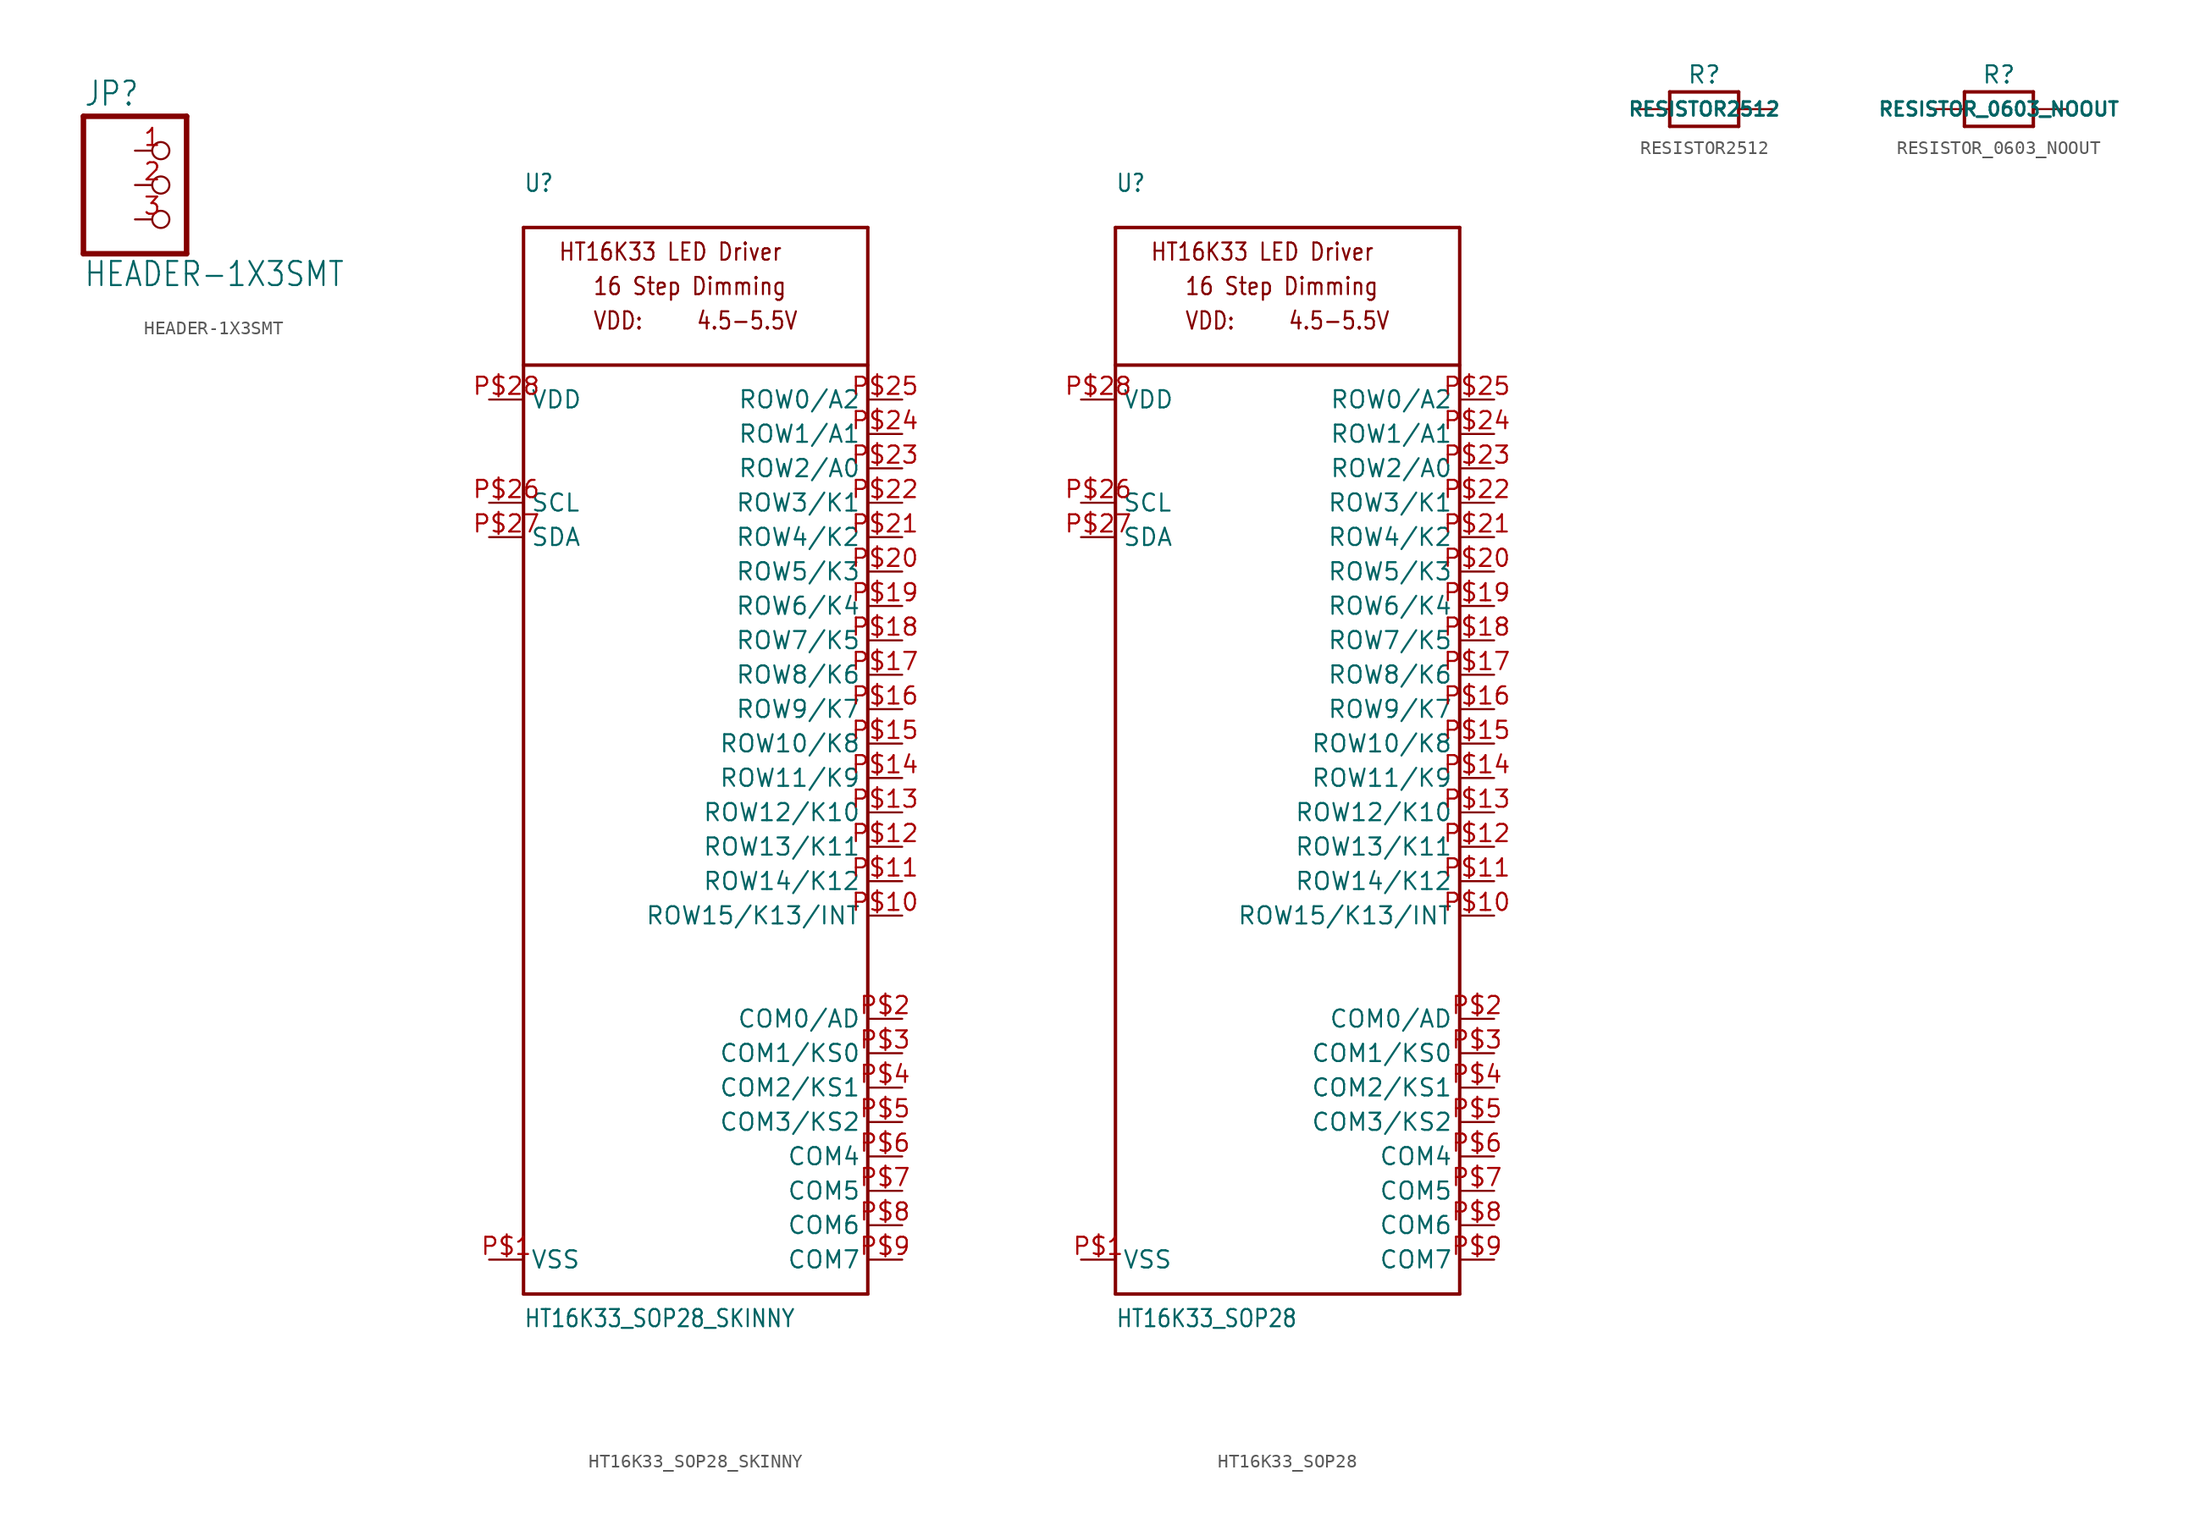
<source format=kicad_sym>
(kicad_symbol_lib
  (version 20211014)
  (generator kicad_symbol_editor)
  (symbol "HEADER-1X3SMT"
    (property "Reference" "JP"
      (at -6.35 5.715 0)
      (effects (font (size 1.778 1.511)) (justify left bottom)))
    (property "Value" "HEADER-1X3SMT"
      (at -6.35 -7.62 0)
      (effects (font (size 1.778 1.511)) (justify left bottom)))
    (property "ki_locked" ""
      (at 0 0 0)
      (effects (font (size 1.27 1.27))))
    (symbol "HEADER-1X3SMT_1_0"
      (polyline (pts (xy -6.35 -5.08) (xy 1.27 -5.08)) (stroke (width 0.406) (type default) (color 0 0 0 0)) (fill (type none)))
      (polyline (pts (xy -6.35 5.08) (xy -6.35 -5.08)) (stroke (width 0.406) (type default) (color 0 0 0 0)) (fill (type none)))
      (polyline (pts (xy 1.27 -5.08) (xy 1.27 5.08)) (stroke (width 0.406) (type default) (color 0 0 0 0)) (fill (type none)))
      (polyline (pts (xy 1.27 5.08) (xy -6.35 5.08)) (stroke (width 0.406) (type default) (color 0 0 0 0)) (fill (type none)))
      (pin passive inverted (at -2.54 2.54 0) (length 2.54) (name "1" (effects (font (size 0 0)))) (number "1" (effects (font (size 1.27 1.27)))))
      (pin passive inverted (at -2.54 0 0) (length 2.54) (name "2" (effects (font (size 0 0)))) (number "2" (effects (font (size 1.27 1.27)))))
      (pin passive inverted (at -2.54 -2.54 0) (length 2.54) (name "3" (effects (font (size 0 0)))) (number "3" (effects (font (size 1.27 1.27)))))))
  (symbol "HT16K33_SOP28_SKINNY"
    (property "Reference" "U"
      (at -12.7 40.64 0)
      (effects (font (size 1.27 1.079)) (justify left bottom)))
    (property "Value" "HT16K33_SOP28_SKINNY"
      (at -12.7 -43.18 0)
      (effects (font (size 1.27 1.079)) (justify left bottom)))
    (property "ki_locked" ""
      (at 0 0 0)
      (effects (font (size 1.27 1.27))))
    (symbol "HT16K33_SOP28_SKINNY_1_0"
      (polyline (pts (xy -12.7 -40.64) (xy -12.7 27.94)) (stroke (width 0.254) (type default) (color 0 0 0 0)) (fill (type none)))
      (polyline (pts (xy -12.7 27.94) (xy -12.7 38.1)) (stroke (width 0.254) (type default) (color 0 0 0 0)) (fill (type none)))
      (polyline (pts (xy -12.7 27.94) (xy 12.7 27.94)) (stroke (width 0.254) (type default) (color 0 0 0 0)) (fill (type none)))
      (polyline (pts (xy -12.7 38.1) (xy 12.7 38.1)) (stroke (width 0.254) (type default) (color 0 0 0 0)) (fill (type none)))
      (polyline (pts (xy 12.7 -40.64) (xy -12.7 -40.64)) (stroke (width 0.254) (type default) (color 0 0 0 0)) (fill (type none)))
      (polyline (pts (xy 12.7 38.1) (xy 12.7 -40.64)) (stroke (width 0.254) (type default) (color 0 0 0 0)) (fill (type none)))
      (text "16 Step Dimming" (at -7.62 33.02 0) (effects (font (size 1.27 1.079)) (justify left bottom)))
      (text "4.5-5.5V" (at 0 30.48 0) (effects (font (size 1.27 1.079)) (justify left bottom)))
      (text "HT16K33 LED Driver" (at -10.16 35.56 0) (effects (font (size 1.27 1.079)) (justify left bottom)))
      (text "VDD:" (at -7.62 30.48 0) (effects (font (size 1.27 1.079)) (justify left bottom)))
      (pin bidirectional line (at -15.24 -38.1 0) (length 2.54) (name "VSS" (effects (font (size 1.27 1.27)))) (number "P$1" (effects (font (size 1.27 1.27)))))
      (pin bidirectional line (at 15.24 -12.7 180) (length 2.54) (name "ROW15/K13/INT" (effects (font (size 1.27 1.27)))) (number "P$10" (effects (font (size 1.27 1.27)))))
      (pin bidirectional line (at 15.24 -10.16 180) (length 2.54) (name "ROW14/K12" (effects (font (size 1.27 1.27)))) (number "P$11" (effects (font (size 1.27 1.27)))))
      (pin bidirectional line (at 15.24 -7.62 180) (length 2.54) (name "ROW13/K11" (effects (font (size 1.27 1.27)))) (number "P$12" (effects (font (size 1.27 1.27)))))
      (pin bidirectional line (at 15.24 -5.08 180) (length 2.54) (name "ROW12/K10" (effects (font (size 1.27 1.27)))) (number "P$13" (effects (font (size 1.27 1.27)))))
      (pin bidirectional line (at 15.24 -2.54 180) (length 2.54) (name "ROW11/K9" (effects (font (size 1.27 1.27)))) (number "P$14" (effects (font (size 1.27 1.27)))))
      (pin bidirectional line (at 15.24 0 180) (length 2.54) (name "ROW10/K8" (effects (font (size 1.27 1.27)))) (number "P$15" (effects (font (size 1.27 1.27)))))
      (pin bidirectional line (at 15.24 2.54 180) (length 2.54) (name "ROW9/K7" (effects (font (size 1.27 1.27)))) (number "P$16" (effects (font (size 1.27 1.27)))))
      (pin bidirectional line (at 15.24 5.08 180) (length 2.54) (name "ROW8/K6" (effects (font (size 1.27 1.27)))) (number "P$17" (effects (font (size 1.27 1.27)))))
      (pin bidirectional line (at 15.24 7.62 180) (length 2.54) (name "ROW7/K5" (effects (font (size 1.27 1.27)))) (number "P$18" (effects (font (size 1.27 1.27)))))
      (pin bidirectional line (at 15.24 10.16 180) (length 2.54) (name "ROW6/K4" (effects (font (size 1.27 1.27)))) (number "P$19" (effects (font (size 1.27 1.27)))))
      (pin bidirectional line (at 15.24 -20.32 180) (length 2.54) (name "COM0/AD" (effects (font (size 1.27 1.27)))) (number "P$2" (effects (font (size 1.27 1.27)))))
      (pin bidirectional line (at 15.24 12.7 180) (length 2.54) (name "ROW5/K3" (effects (font (size 1.27 1.27)))) (number "P$20" (effects (font (size 1.27 1.27)))))
      (pin bidirectional line (at 15.24 15.24 180) (length 2.54) (name "ROW4/K2" (effects (font (size 1.27 1.27)))) (number "P$21" (effects (font (size 1.27 1.27)))))
      (pin bidirectional line (at 15.24 17.78 180) (length 2.54) (name "ROW3/K1" (effects (font (size 1.27 1.27)))) (number "P$22" (effects (font (size 1.27 1.27)))))
      (pin bidirectional line (at 15.24 20.32 180) (length 2.54) (name "ROW2/A0" (effects (font (size 1.27 1.27)))) (number "P$23" (effects (font (size 1.27 1.27)))))
      (pin bidirectional line (at 15.24 22.86 180) (length 2.54) (name "ROW1/A1" (effects (font (size 1.27 1.27)))) (number "P$24" (effects (font (size 1.27 1.27)))))
      (pin bidirectional line (at 15.24 25.4 180) (length 2.54) (name "ROW0/A2" (effects (font (size 1.27 1.27)))) (number "P$25" (effects (font (size 1.27 1.27)))))
      (pin bidirectional line (at -15.24 17.78 0) (length 2.54) (name "SCL" (effects (font (size 1.27 1.27)))) (number "P$26" (effects (font (size 1.27 1.27)))))
      (pin bidirectional line (at -15.24 15.24 0) (length 2.54) (name "SDA" (effects (font (size 1.27 1.27)))) (number "P$27" (effects (font (size 1.27 1.27)))))
      (pin bidirectional line (at -15.24 25.4 0) (length 2.54) (name "VDD" (effects (font (size 1.27 1.27)))) (number "P$28" (effects (font (size 1.27 1.27)))))
      (pin bidirectional line (at 15.24 -22.86 180) (length 2.54) (name "COM1/KS0" (effects (font (size 1.27 1.27)))) (number "P$3" (effects (font (size 1.27 1.27)))))
      (pin bidirectional line (at 15.24 -25.4 180) (length 2.54) (name "COM2/KS1" (effects (font (size 1.27 1.27)))) (number "P$4" (effects (font (size 1.27 1.27)))))
      (pin bidirectional line (at 15.24 -27.94 180) (length 2.54) (name "COM3/KS2" (effects (font (size 1.27 1.27)))) (number "P$5" (effects (font (size 1.27 1.27)))))
      (pin bidirectional line (at 15.24 -30.48 180) (length 2.54) (name "COM4" (effects (font (size 1.27 1.27)))) (number "P$6" (effects (font (size 1.27 1.27)))))
      (pin bidirectional line (at 15.24 -33.02 180) (length 2.54) (name "COM5" (effects (font (size 1.27 1.27)))) (number "P$7" (effects (font (size 1.27 1.27)))))
      (pin bidirectional line (at 15.24 -35.56 180) (length 2.54) (name "COM6" (effects (font (size 1.27 1.27)))) (number "P$8" (effects (font (size 1.27 1.27)))))
      (pin bidirectional line (at 15.24 -38.1 180) (length 2.54) (name "COM7" (effects (font (size 1.27 1.27)))) (number "P$9" (effects (font (size 1.27 1.27)))))))
  (symbol "HT16K33_SOP28"
    (property "Reference" "U"
      (at -12.7 40.64 0)
      (effects (font (size 1.27 1.079)) (justify left bottom)))
    (property "Value" "HT16K33_SOP28"
      (at -12.7 -43.18 0)
      (effects (font (size 1.27 1.079)) (justify left bottom)))
    (property "ki_locked" ""
      (at 0 0 0)
      (effects (font (size 1.27 1.27))))
    (symbol "HT16K33_SOP28_1_0"
      (polyline (pts (xy -12.7 -40.64) (xy -12.7 27.94)) (stroke (width 0.254) (type default) (color 0 0 0 0)) (fill (type none)))
      (polyline (pts (xy -12.7 27.94) (xy -12.7 38.1)) (stroke (width 0.254) (type default) (color 0 0 0 0)) (fill (type none)))
      (polyline (pts (xy -12.7 27.94) (xy 12.7 27.94)) (stroke (width 0.254) (type default) (color 0 0 0 0)) (fill (type none)))
      (polyline (pts (xy -12.7 38.1) (xy 12.7 38.1)) (stroke (width 0.254) (type default) (color 0 0 0 0)) (fill (type none)))
      (polyline (pts (xy 12.7 -40.64) (xy -12.7 -40.64)) (stroke (width 0.254) (type default) (color 0 0 0 0)) (fill (type none)))
      (polyline (pts (xy 12.7 38.1) (xy 12.7 -40.64)) (stroke (width 0.254) (type default) (color 0 0 0 0)) (fill (type none)))
      (text "16 Step Dimming" (at -7.62 33.02 0) (effects (font (size 1.27 1.079)) (justify left bottom)))
      (text "4.5-5.5V" (at 0 30.48 0) (effects (font (size 1.27 1.079)) (justify left bottom)))
      (text "HT16K33 LED Driver" (at -10.16 35.56 0) (effects (font (size 1.27 1.079)) (justify left bottom)))
      (text "VDD:" (at -7.62 30.48 0) (effects (font (size 1.27 1.079)) (justify left bottom)))
      (pin bidirectional line (at -15.24 -38.1 0) (length 2.54) (name "VSS" (effects (font (size 1.27 1.27)))) (number "P$1" (effects (font (size 1.27 1.27)))))
      (pin bidirectional line (at 15.24 -12.7 180) (length 2.54) (name "ROW15/K13/INT" (effects (font (size 1.27 1.27)))) (number "P$10" (effects (font (size 1.27 1.27)))))
      (pin bidirectional line (at 15.24 -10.16 180) (length 2.54) (name "ROW14/K12" (effects (font (size 1.27 1.27)))) (number "P$11" (effects (font (size 1.27 1.27)))))
      (pin bidirectional line (at 15.24 -7.62 180) (length 2.54) (name "ROW13/K11" (effects (font (size 1.27 1.27)))) (number "P$12" (effects (font (size 1.27 1.27)))))
      (pin bidirectional line (at 15.24 -5.08 180) (length 2.54) (name "ROW12/K10" (effects (font (size 1.27 1.27)))) (number "P$13" (effects (font (size 1.27 1.27)))))
      (pin bidirectional line (at 15.24 -2.54 180) (length 2.54) (name "ROW11/K9" (effects (font (size 1.27 1.27)))) (number "P$14" (effects (font (size 1.27 1.27)))))
      (pin bidirectional line (at 15.24 0 180) (length 2.54) (name "ROW10/K8" (effects (font (size 1.27 1.27)))) (number "P$15" (effects (font (size 1.27 1.27)))))
      (pin bidirectional line (at 15.24 2.54 180) (length 2.54) (name "ROW9/K7" (effects (font (size 1.27 1.27)))) (number "P$16" (effects (font (size 1.27 1.27)))))
      (pin bidirectional line (at 15.24 5.08 180) (length 2.54) (name "ROW8/K6" (effects (font (size 1.27 1.27)))) (number "P$17" (effects (font (size 1.27 1.27)))))
      (pin bidirectional line (at 15.24 7.62 180) (length 2.54) (name "ROW7/K5" (effects (font (size 1.27 1.27)))) (number "P$18" (effects (font (size 1.27 1.27)))))
      (pin bidirectional line (at 15.24 10.16 180) (length 2.54) (name "ROW6/K4" (effects (font (size 1.27 1.27)))) (number "P$19" (effects (font (size 1.27 1.27)))))
      (pin bidirectional line (at 15.24 -20.32 180) (length 2.54) (name "COM0/AD" (effects (font (size 1.27 1.27)))) (number "P$2" (effects (font (size 1.27 1.27)))))
      (pin bidirectional line (at 15.24 12.7 180) (length 2.54) (name "ROW5/K3" (effects (font (size 1.27 1.27)))) (number "P$20" (effects (font (size 1.27 1.27)))))
      (pin bidirectional line (at 15.24 15.24 180) (length 2.54) (name "ROW4/K2" (effects (font (size 1.27 1.27)))) (number "P$21" (effects (font (size 1.27 1.27)))))
      (pin bidirectional line (at 15.24 17.78 180) (length 2.54) (name "ROW3/K1" (effects (font (size 1.27 1.27)))) (number "P$22" (effects (font (size 1.27 1.27)))))
      (pin bidirectional line (at 15.24 20.32 180) (length 2.54) (name "ROW2/A0" (effects (font (size 1.27 1.27)))) (number "P$23" (effects (font (size 1.27 1.27)))))
      (pin bidirectional line (at 15.24 22.86 180) (length 2.54) (name "ROW1/A1" (effects (font (size 1.27 1.27)))) (number "P$24" (effects (font (size 1.27 1.27)))))
      (pin bidirectional line (at 15.24 25.4 180) (length 2.54) (name "ROW0/A2" (effects (font (size 1.27 1.27)))) (number "P$25" (effects (font (size 1.27 1.27)))))
      (pin bidirectional line (at -15.24 17.78 0) (length 2.54) (name "SCL" (effects (font (size 1.27 1.27)))) (number "P$26" (effects (font (size 1.27 1.27)))))
      (pin bidirectional line (at -15.24 15.24 0) (length 2.54) (name "SDA" (effects (font (size 1.27 1.27)))) (number "P$27" (effects (font (size 1.27 1.27)))))
      (pin bidirectional line (at -15.24 25.4 0) (length 2.54) (name "VDD" (effects (font (size 1.27 1.27)))) (number "P$28" (effects (font (size 1.27 1.27)))))
      (pin bidirectional line (at 15.24 -22.86 180) (length 2.54) (name "COM1/KS0" (effects (font (size 1.27 1.27)))) (number "P$3" (effects (font (size 1.27 1.27)))))
      (pin bidirectional line (at 15.24 -25.4 180) (length 2.54) (name "COM2/KS1" (effects (font (size 1.27 1.27)))) (number "P$4" (effects (font (size 1.27 1.27)))))
      (pin bidirectional line (at 15.24 -27.94 180) (length 2.54) (name "COM3/KS2" (effects (font (size 1.27 1.27)))) (number "P$5" (effects (font (size 1.27 1.27)))))
      (pin bidirectional line (at 15.24 -30.48 180) (length 2.54) (name "COM4" (effects (font (size 1.27 1.27)))) (number "P$6" (effects (font (size 1.27 1.27)))))
      (pin bidirectional line (at 15.24 -33.02 180) (length 2.54) (name "COM5" (effects (font (size 1.27 1.27)))) (number "P$7" (effects (font (size 1.27 1.27)))))
      (pin bidirectional line (at 15.24 -35.56 180) (length 2.54) (name "COM6" (effects (font (size 1.27 1.27)))) (number "P$8" (effects (font (size 1.27 1.27)))))
      (pin bidirectional line (at 15.24 -38.1 180) (length 2.54) (name "COM7" (effects (font (size 1.27 1.27)))) (number "P$9" (effects (font (size 1.27 1.27)))))))
  (symbol "RESISTOR2512"
    (property "Reference" "R"
      (at 0 2.54 0)
      (effects (font (size 1.27 1.27))))
    (property "Value" "RESISTOR2512"
      (at 0 0 0)
      (effects (font (size 1.016 1.016) bold)))
    (property "ki_locked" ""
      (at 0 0 0)
      (effects (font (size 1.27 1.27))))
    (symbol "RESISTOR2512_1_0"
      (polyline (pts (xy -2.54 -1.27) (xy -2.54 1.27)) (stroke (width 0.254) (type default) (color 0 0 0 0)) (fill (type none)))
      (polyline (pts (xy -2.54 1.27) (xy 2.54 1.27)) (stroke (width 0.254) (type default) (color 0 0 0 0)) (fill (type none)))
      (polyline (pts (xy 2.54 -1.27) (xy -2.54 -1.27)) (stroke (width 0.254) (type default) (color 0 0 0 0)) (fill (type none)))
      (polyline (pts (xy 2.54 1.27) (xy 2.54 -1.27)) (stroke (width 0.254) (type default) (color 0 0 0 0)) (fill (type none)))
      (pin passive line (at -5.08 0 0) (length 2.54) (name "1" (effects (font (size 0 0)))) (number "1" (effects (font (size 0 0)))))
      (pin passive line (at 5.08 0 180) (length 2.54) (name "2" (effects (font (size 0 0)))) (number "2" (effects (font (size 0 0)))))))
  (symbol "RESISTOR_0603_NOOUT"
    (property "Reference" "R"
      (at 0 2.54 0)
      (effects (font (size 1.27 1.27))))
    (property "Value" "RESISTOR_0603_NOOUT"
      (at 0 0 0)
      (effects (font (size 1.016 1.016) bold)))
    (property "ki_locked" ""
      (at 0 0 0)
      (effects (font (size 1.27 1.27))))
    (symbol "RESISTOR_0603_NOOUT_1_0"
      (polyline (pts (xy -2.54 -1.27) (xy -2.54 1.27)) (stroke (width 0.254) (type default) (color 0 0 0 0)) (fill (type none)))
      (polyline (pts (xy -2.54 1.27) (xy 2.54 1.27)) (stroke (width 0.254) (type default) (color 0 0 0 0)) (fill (type none)))
      (polyline (pts (xy 2.54 -1.27) (xy -2.54 -1.27)) (stroke (width 0.254) (type default) (color 0 0 0 0)) (fill (type none)))
      (polyline (pts (xy 2.54 1.27) (xy 2.54 -1.27)) (stroke (width 0.254) (type default) (color 0 0 0 0)) (fill (type none)))
      (pin passive line (at -5.08 0 0) (length 2.54) (name "1" (effects (font (size 0 0)))) (number "1" (effects (font (size 0 0)))))
      (pin passive line (at 5.08 0 180) (length 2.54) (name "2" (effects (font (size 0 0)))) (number "2" (effects (font (size 0 0))))))))
</source>
